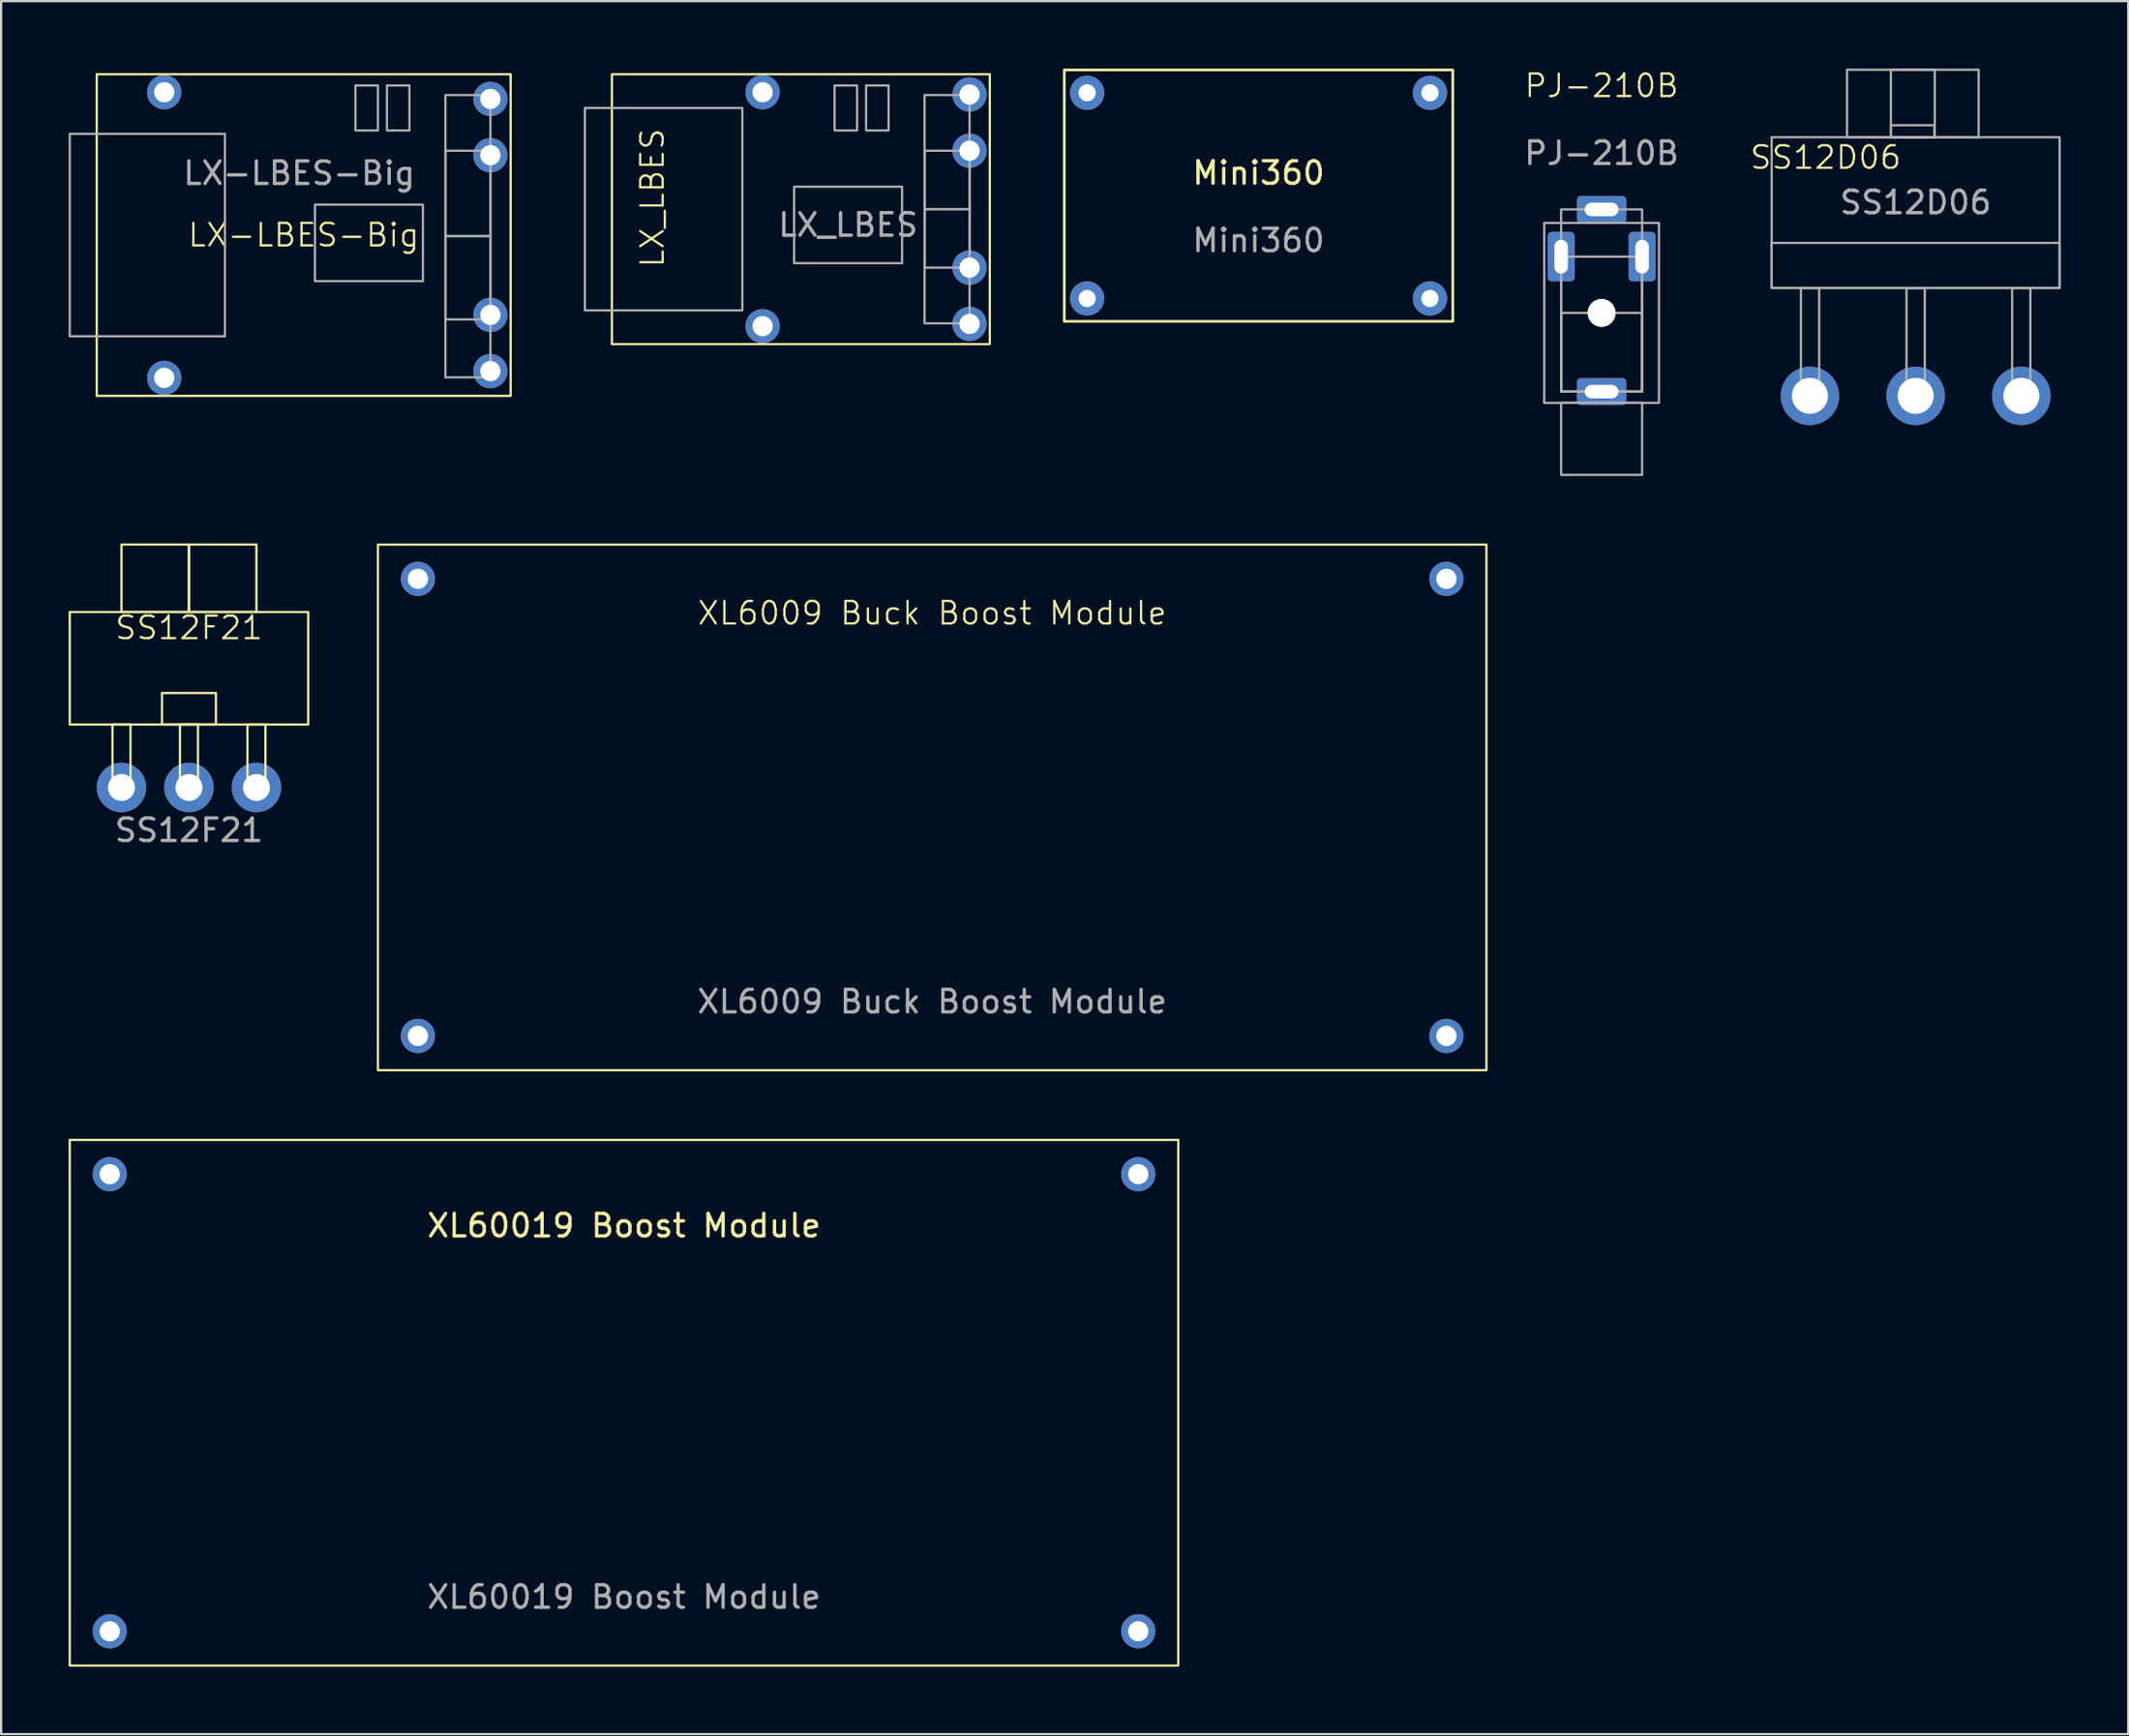
<source format=kicad_pcb>
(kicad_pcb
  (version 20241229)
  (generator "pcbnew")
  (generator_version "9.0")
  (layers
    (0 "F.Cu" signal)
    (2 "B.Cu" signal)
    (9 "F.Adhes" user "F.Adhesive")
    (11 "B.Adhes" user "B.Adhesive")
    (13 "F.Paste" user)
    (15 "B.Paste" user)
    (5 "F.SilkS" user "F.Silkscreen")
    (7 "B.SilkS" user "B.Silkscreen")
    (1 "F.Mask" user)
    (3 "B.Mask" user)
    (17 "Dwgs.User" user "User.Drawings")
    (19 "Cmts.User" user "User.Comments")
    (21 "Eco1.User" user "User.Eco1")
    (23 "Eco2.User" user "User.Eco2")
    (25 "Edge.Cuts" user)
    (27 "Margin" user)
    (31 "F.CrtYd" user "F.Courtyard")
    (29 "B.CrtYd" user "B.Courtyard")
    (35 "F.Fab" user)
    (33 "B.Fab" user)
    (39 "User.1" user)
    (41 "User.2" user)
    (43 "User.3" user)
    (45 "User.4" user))
  (footprint "XL60019 Boost Module"
    (layer "F.Cu")
    (at 24.688 59.059)
    (property "Reference" "XL60019 Boost Module" (at 0 -7.62 0) (unlocked yes) (layer "F.SilkS") (effects (font (size 1 1) (thickness 0.15))))
    (attr through_hole)
    (fp_rect (start -24.638 -11.43) (end 24.638 11.938) (stroke (width 0.1) (type default)) (fill no) (layer "F.SilkS"))
    (fp_rect (start -22.86 -9.906) (end 22.86 10.414) (stroke (width 0.1) (type default)) (fill no) (layer "User.1"))
    (fp_rect (start -12.7 -7.366) (end -2.54 2.794) (stroke (width 0.1) (type default)) (fill no) (layer "User.1"))
    (fp_rect (start 0 -4.826) (end 10.16 5.334) (stroke (width 0.1) (type default)) (fill no) (layer "User.1"))
    (fp_circle (center -18.832 0.254) (end -21.372 -2.286) (stroke (width 0.1) (type default)) (fill no) (layer "User.1"))
    (fp_circle (center 17.78 2.794) (end 15.24 0.254) (stroke (width 0.1) (type default)) (fill no) (layer "User.1"))
    (fp_poly (pts (xy 2.54 -2.286) (xy 2.54 2.794) (xy 7.62 0.254)) (stroke (width 0.1) (type solid)) (fill no) (layer "User.1"))
    (fp_text user "${REFERENCE}" (at 0 8.89 0) (unlocked yes) (layer "F.Fab") (effects (font (size 1 1) (thickness 0.15))))
    (pad "1" thru_hole circle (at -22.86 10.414) (size 1.524 1.524) (drill 0.9) (layers "*.Cu" "*.Mask"))
    (pad "2" thru_hole circle (at -22.86 -9.906) (size 1.524 1.524) (drill 0.9) (layers "*.Cu" "*.Mask"))
    (pad "3" thru_hole circle (at 22.86 10.414) (size 1.524 1.524) (drill 0.9) (layers "*.Cu" "*.Mask"))
    (pad "4" thru_hole circle (at 22.86 -9.906) (size 1.524 1.524) (drill 0.9) (layers "*.Cu" "*.Mask")))
  (footprint "LX_LBES"
    (layer "F.Cu")
    (at 40.95 0.25)
    (property "Reference" "LX_LBES" (at -15 5.5 90) (unlocked yes) (layer "F.SilkS") (effects (font (size 1 1) (thickness 0.1))))
    (attr through_hole)
    (fp_rect (start -16.8 0) (end 0 12) (stroke (width 0.1) (type solid)) (fill no) (layer "F.SilkS"))
    (fp_rect (start -18 1.5) (end -11 10.5) (stroke (width 0.1) (type default)) (fill no) (layer "F.Fab"))
    (fp_rect (start -8.7 5) (end -3.9 8.4) (stroke (width 0.1) (type solid)) (fill no) (layer "F.Fab"))
    (fp_rect (start -6.9 0.5) (end -5.9 2.5) (stroke (width 0.1) (type solid)) (fill no) (layer "F.Fab"))
    (fp_rect (start -5.5 0.5) (end -4.5 2.5) (stroke (width 0.1) (type solid)) (fill no) (layer "F.Fab"))
    (fp_rect (start -2.9 0.925) (end -0.9 11.075) (stroke (width 0.1) (type solid)) (fill no) (layer "F.Fab"))
    (fp_rect (start -2.9 3.4) (end -0.9 6) (stroke (width 0.1) (type default)) (fill no) (layer "F.Fab"))
    (fp_rect (start -2.9 6) (end -0.9 8.6) (stroke (width 0.1) (type default)) (fill no) (layer "F.Fab"))
    (fp_text user "${REFERENCE}" (at -6.3 6.7 0) (unlocked yes) (layer "F.Fab") (effects (font (size 1 1) (thickness 0.15))))
    (pad "1" thru_hole circle (at -10.1 0.8 180) (size 1.524 1.524) (drill 0.9) (layers "*.Cu" "*.Mask"))
    (pad "2" thru_hole circle (at -10.1 11.2 180) (size 1.524 1.524) (drill 0.9) (layers "*.Cu" "*.Mask"))
    (pad "3" thru_hole circle (at -0.9 11.1 180) (size 1.524 1.524) (drill 0.9) (layers "*.Cu" "*.Mask"))
    (pad "4" thru_hole circle (at -0.9 8.6 180) (size 1.524 1.524) (drill 0.9) (layers "*.Cu" "*.Mask"))
    (pad "5" thru_hole circle (at -0.9 3.4 180) (size 1.524 1.524) (drill 0.9) (layers "*.Cu" "*.Mask"))
    (pad "6" thru_hole circle (at -0.9 0.9 180) (size 1.524 1.524) (drill 0.9) (layers "*.Cu" "*.Mask")))
  (footprint "XL6009 Buck Boost Module"
    (layer "F.Cu")
    (at 38.388 33.099)
    (property "Reference" "XL6009 Buck Boost Module" (at 0 -8.89 0) (unlocked yes) (layer "F.SilkS") (effects (font (size 1 1) (thickness 0.1))))
    (attr through_hole)
    (fp_rect (start -24.638 -11.938) (end 24.638 11.43) (stroke (width 0.1) (type default)) (fill no) (layer "F.SilkS"))
    (fp_rect (start -22.86 -10.414) (end 22.86 9.906) (stroke (width 0.1) (type default)) (fill no) (layer "User.1"))
    (fp_rect (start -12.7 -7.874) (end -2.54 2.286) (stroke (width 0.1) (type default)) (fill no) (layer "User.1"))
    (fp_rect (start 0 -5.334) (end 10.16 4.826) (stroke (width 0.1) (type default)) (fill no) (layer "User.1"))
    (fp_circle (center -18.832 -0.254) (end -21.372 -2.794) (stroke (width 0.1) (type default)) (fill no) (layer "User.1"))
    (fp_circle (center 17.78 2.286) (end 15.24 -0.254) (stroke (width 0.1) (type default)) (fill no) (layer "User.1"))
    (fp_poly (pts (xy 2.54 -2.794) (xy 2.54 2.286) (xy 7.62 -0.254)) (stroke (width 0.1) (type solid)) (fill no) (layer "User.1"))
    (fp_text user "${REFERENCE}" (at 0 8.382 0) (unlocked yes) (layer "F.Fab") (effects (font (size 1 1) (thickness 0.15))))
    (pad "1" thru_hole circle (at -22.86 9.906) (size 1.524 1.524) (drill 0.9) (layers "*.Cu" "*.Mask"))
    (pad "2" thru_hole circle (at -22.86 -10.414) (size 1.524 1.524) (drill 0.9) (layers "*.Cu" "*.Mask"))
    (pad "3" thru_hole circle (at 22.86 9.906) (size 1.524 1.524) (drill 0.9) (layers "*.Cu" "*.Mask"))
    (pad "4" thru_hole circle (at 22.86 -10.414) (size 1.524 1.524) (drill 0.9) (layers "*.Cu" "*.Mask")))
  (footprint "PJ-210B"
    (layer "F.Cu")
    (at 68.146 10.861)
    (property "Reference" "PJ-210B" (at 0 -10.1 0) (unlocked yes) (layer "F.SilkS") (effects (font (size 1 1) (thickness 0.1))))
    (attr through_hole)
    (fp_rect (start -2.55 -4) (end 2.55 4) (stroke (width 0.1) (type solid)) (fill no) (layer "F.Fab"))
    (fp_rect (start -1.8 -4.6) (end 1.8 3.5) (stroke (width 0.1) (type solid)) (fill no) (layer "F.Fab"))
    (fp_rect (start -1.8 -2.5) (end 1.8 3.5) (stroke (width 0.1) (type solid)) (fill no) (layer "F.Fab"))
    (fp_rect (start -1.8 0) (end 1.8 3.5) (stroke (width 0.1) (type solid)) (fill no) (layer "F.Fab"))
    (fp_rect (start -1.8 4) (end 1.8 7.2) (stroke (width 0.1) (type solid)) (fill no) (layer "F.Fab"))
    (fp_text user "${REFERENCE}" (at 0 -7.1 0) (unlocked yes) (layer "F.Fab") (effects (font (size 1 1) (thickness 0.15))))
    (pad "" np_thru_hole circle (at 0 0) (size 1.25 1.25) (drill 1.25) (layers "*.Cu" "*.Mask"))
    (pad "R1" thru_hole roundrect (at 1.8 -2.5 90) (size 2.2 1.2) (drill oval 1.5 0.6) (layers "*.Cu" "*.Mask") (roundrect_rratio 0.15))
    (pad "R2" thru_hole roundrect (at 0 -4.6) (size 2.2 1.2) (drill oval 1.5 0.6) (layers "*.Cu" "*.Mask") (roundrect_rratio 0.15))
    (pad "S" thru_hole roundrect (at 0 3.5) (size 2.2 1.2) (drill oval 1.5 0.6) (layers "*.Cu" "*.Mask") (roundrect_rratio 0.15))
    (pad "T" thru_hole roundrect (at -1.8 -2.5 90) (size 2.2 1.2) (drill oval 1.5 0.6) (layers "*.Cu" "*.Mask") (roundrect_rratio 0.15)))
  (footprint "Mini360"
    (layer "F.Cu")
    (at 52.896 5.648)
    (property "Reference" "Mini360" (at 0 -1.008 0) (unlocked yes) (layer "F.SilkS") (effects (font (size 1 1) (thickness 0.15))))
    (attr through_hole)
    (fp_rect (start 8.636 -5.588) (end -8.636 5.588) (stroke (width 0.12) (type solid)) (fill no) (layer "F.SilkS"))
    (fp_rect (start -7.62 -4.572) (end 7.62 4.572) (stroke (width 0.12) (type solid)) (fill no) (layer "User.1"))
    (fp_rect (start -5.842 -1.27) (end -6.858 1.27) (stroke (width 0.12) (type solid)) (fill no) (layer "User.1"))
    (fp_rect (start 6.858 -1.27) (end 5.842 1.27) (stroke (width 0.12) (type solid)) (fill no) (layer "User.1"))
    (fp_text user "${REFERENCE}" (at 0 1.992 0) (unlocked yes) (layer "F.Fab") (effects (font (size 1 1) (thickness 0.15))))
    (pad "1" thru_hole circle (at -7.62 -4.572) (size 1.524 1.524) (drill 0.762) (layers "*.Cu" "*.Mask"))
    (pad "2" thru_hole circle (at -7.62 4.572) (size 1.524 1.524) (drill 0.762) (layers "*.Cu" "*.Mask"))
    (pad "3" thru_hole circle (at 7.62 -4.572) (size 1.524 1.524) (drill 0.762) (layers "*.Cu" "*.Mask"))
    (pad "4" thru_hole circle (at 7.62 4.572) (size 1.524 1.524) (drill 0.762) (layers "*.Cu" "*.Mask")))
  (footprint "SS12D06"
    (layer "F.Cu")
    (at 82.106 14.55)
    (property "Reference" "SS12D06" (at -4 -10.6 0) (unlocked yes) (layer "F.SilkS") (effects (font (size 1 1) (thickness 0.1))))
    (attr through_hole)
    (fp_rect (start -6.4 -11.5) (end 6.4 -4.8) (stroke (width 0.1) (type default)) (fill no) (layer "F.Fab"))
    (fp_rect (start -6.4 -6.8) (end 6.4 -4.8) (stroke (width 0.1) (type default)) (fill no) (layer "F.Fab"))
    (fp_rect (start -5.1 -4.8) (end -4.289 0) (stroke (width 0.1) (type default)) (fill no) (layer "F.Fab"))
    (fp_rect (start -3.05 -14.5) (end 0.85 -11.5) (stroke (width 0.1) (type default)) (fill no) (layer "F.Fab"))
    (fp_rect (start -1.101 -14.5) (end 2.799 -11.5) (stroke (width 0.1) (type default)) (fill no) (layer "F.Fab"))
    (fp_rect (start -1.1 -12.033) (end 0.838 -11.5) (stroke (width 0.1) (type default)) (fill no) (layer "F.Fab"))
    (fp_rect (start -0.406 -4.794) (end 0.406 0.006) (stroke (width 0.1) (type default)) (fill no) (layer "F.Fab"))
    (fp_rect (start 4.289 -4.8) (end 5.1 0) (stroke (width 0.1) (type default)) (fill no) (layer "F.Fab"))
    (fp_text user "${REFERENCE}" (at 0 -8.6 0) (unlocked yes) (layer "F.Fab") (effects (font (size 1 1) (thickness 0.15))))
    (pad "1" thru_hole circle (at 4.7 0 90) (size 2.6 2.6) (drill 1.6) (layers "*.Cu" "*.Mask"))
    (pad "2" thru_hole circle (at 0 0 90) (size 2.6 2.6) (drill 1.6) (layers "*.Cu" "*.Mask"))
    (pad "3" thru_hole circle (at -4.7 0 90) (size 2.6 2.6) (drill 1.6) (layers "*.Cu" "*.Mask")))
  (footprint "LX-LBES-Big"
    (layer "F.Cu")
    (at 19.65 0.25)
    (property "Reference" "LX-LBES-Big" (at -9.2 7.15 0) (unlocked yes) (layer "F.SilkS") (effects (font (size 1 1) (thickness 0.1))))
    (attr through_hole)
    (fp_rect (start -18.4 0) (end 0 14.3) (stroke (width 0.1) (type solid)) (fill no) (layer "F.SilkS"))
    (fp_rect (start -19.6 2.65) (end -12.7 11.65) (stroke (width 0.1) (type default)) (fill no) (layer "F.Fab"))
    (fp_rect (start -8.7 5.8) (end -3.9 9.2) (stroke (width 0.1) (type solid)) (fill no) (layer "F.Fab"))
    (fp_rect (start -6.9 0.5) (end -5.9 2.5) (stroke (width 0.1) (type solid)) (fill no) (layer "F.Fab"))
    (fp_rect (start -5.5 0.5) (end -4.5 2.5) (stroke (width 0.1) (type solid)) (fill no) (layer "F.Fab"))
    (fp_rect (start -2.9 0.925) (end -0.9 13.475) (stroke (width 0.1) (type solid)) (fill no) (layer "F.Fab"))
    (fp_rect (start -2.9 3.4) (end -0.9 7.2) (stroke (width 0.1) (type default)) (fill no) (layer "F.Fab"))
    (fp_rect (start -2.9 7.2) (end -0.9 10.9) (stroke (width 0.1) (type default)) (fill no) (layer "F.Fab"))
    (fp_text user "${REFERENCE}" (at -9.4 4.4 0) (unlocked yes) (layer "F.Fab") (effects (font (size 1 1) (thickness 0.15))))
    (pad "1" thru_hole circle (at -15.4 0.8 180) (size 1.524 1.524) (drill 0.9) (layers "*.Cu" "*.Mask"))
    (pad "2" thru_hole circle (at -15.4 13.5 180) (size 1.524 1.524) (drill 0.9) (layers "*.Cu" "*.Mask"))
    (pad "3" thru_hole circle (at -0.9 13.2 180) (size 1.524 1.524) (drill 0.9) (layers "*.Cu" "*.Mask"))
    (pad "4" thru_hole circle (at -0.9 10.7 180) (size 1.524 1.524) (drill 0.9) (layers "*.Cu" "*.Mask"))
    (pad "5" thru_hole circle (at -0.9 3.6 180) (size 1.524 1.524) (drill 0.9) (layers "*.Cu" "*.Mask"))
    (pad "6" thru_hole circle (at -0.9 1.1 180) (size 1.524 1.524) (drill 0.9) (layers "*.Cu" "*.Mask")))
  (footprint "SS12F21"
    (layer "F.Cu")
    (at 5.35 26.66)
    (property "Reference" "SS12F21" (at 0 -1.8 0) (unlocked yes) (layer "F.SilkS") (effects (font (size 1 1) (thickness 0.1))))
    (attr through_hole)
    (fp_rect (start -5.3 -2.5) (end 5.3 2.5) (stroke (width 0.1) (type solid)) (fill no) (layer "F.SilkS"))
    (fp_rect (start -3.4 2.5) (end -2.6 5.3) (stroke (width 0.1) (type solid)) (fill no) (layer "F.SilkS"))
    (fp_rect (start -3 -5.5) (end 0 -2.5) (stroke (width 0.1) (type solid)) (fill no) (layer "F.SilkS"))
    (fp_rect (start -1.2 1.1) (end 1.2 2.5) (stroke (width 0.1) (type solid)) (fill no) (layer "F.SilkS"))
    (fp_rect (start -0.4 2.5) (end 0.4 5.3) (stroke (width 0.1) (type solid)) (fill no) (layer "F.SilkS"))
    (fp_rect (start 0 -5.5) (end 3 -2.5) (stroke (width 0.1) (type solid)) (fill no) (layer "F.SilkS"))
    (fp_rect (start 2.6 2.5) (end 3.4 5.3) (stroke (width 0.1) (type solid)) (fill no) (layer "F.SilkS"))
    (fp_rect (start -1.5 -3.9) (end 1.5 -2.5) (stroke (width 0.1) (type default)) (fill no) (layer "User.1"))
    (fp_text user "${REFERENCE}" (at 0 7.2 0) (unlocked yes) (layer "F.Fab") (effects (font (size 1 1) (thickness 0.15))))
    (pad "1" thru_hole circle (at 3 5.3 90) (size 2.2 2.2) (drill 1.2) (layers "*.Cu" "*.Mask"))
    (pad "2" thru_hole circle (at 0 5.3 90) (size 2.2 2.2) (drill 1.2) (layers "*.Cu" "*.Mask"))
    (pad "3" thru_hole circle (at -3 5.3 90) (size 2.2 2.2) (drill 1.2) (layers "*.Cu" "*.Mask")))
  (gr_rect
    (start -3 -3)
    (end 91.556 74.046)
    (stroke (width 0.1) (type default))
    (fill no)
    (layer "Edge.Cuts")))
</source>
